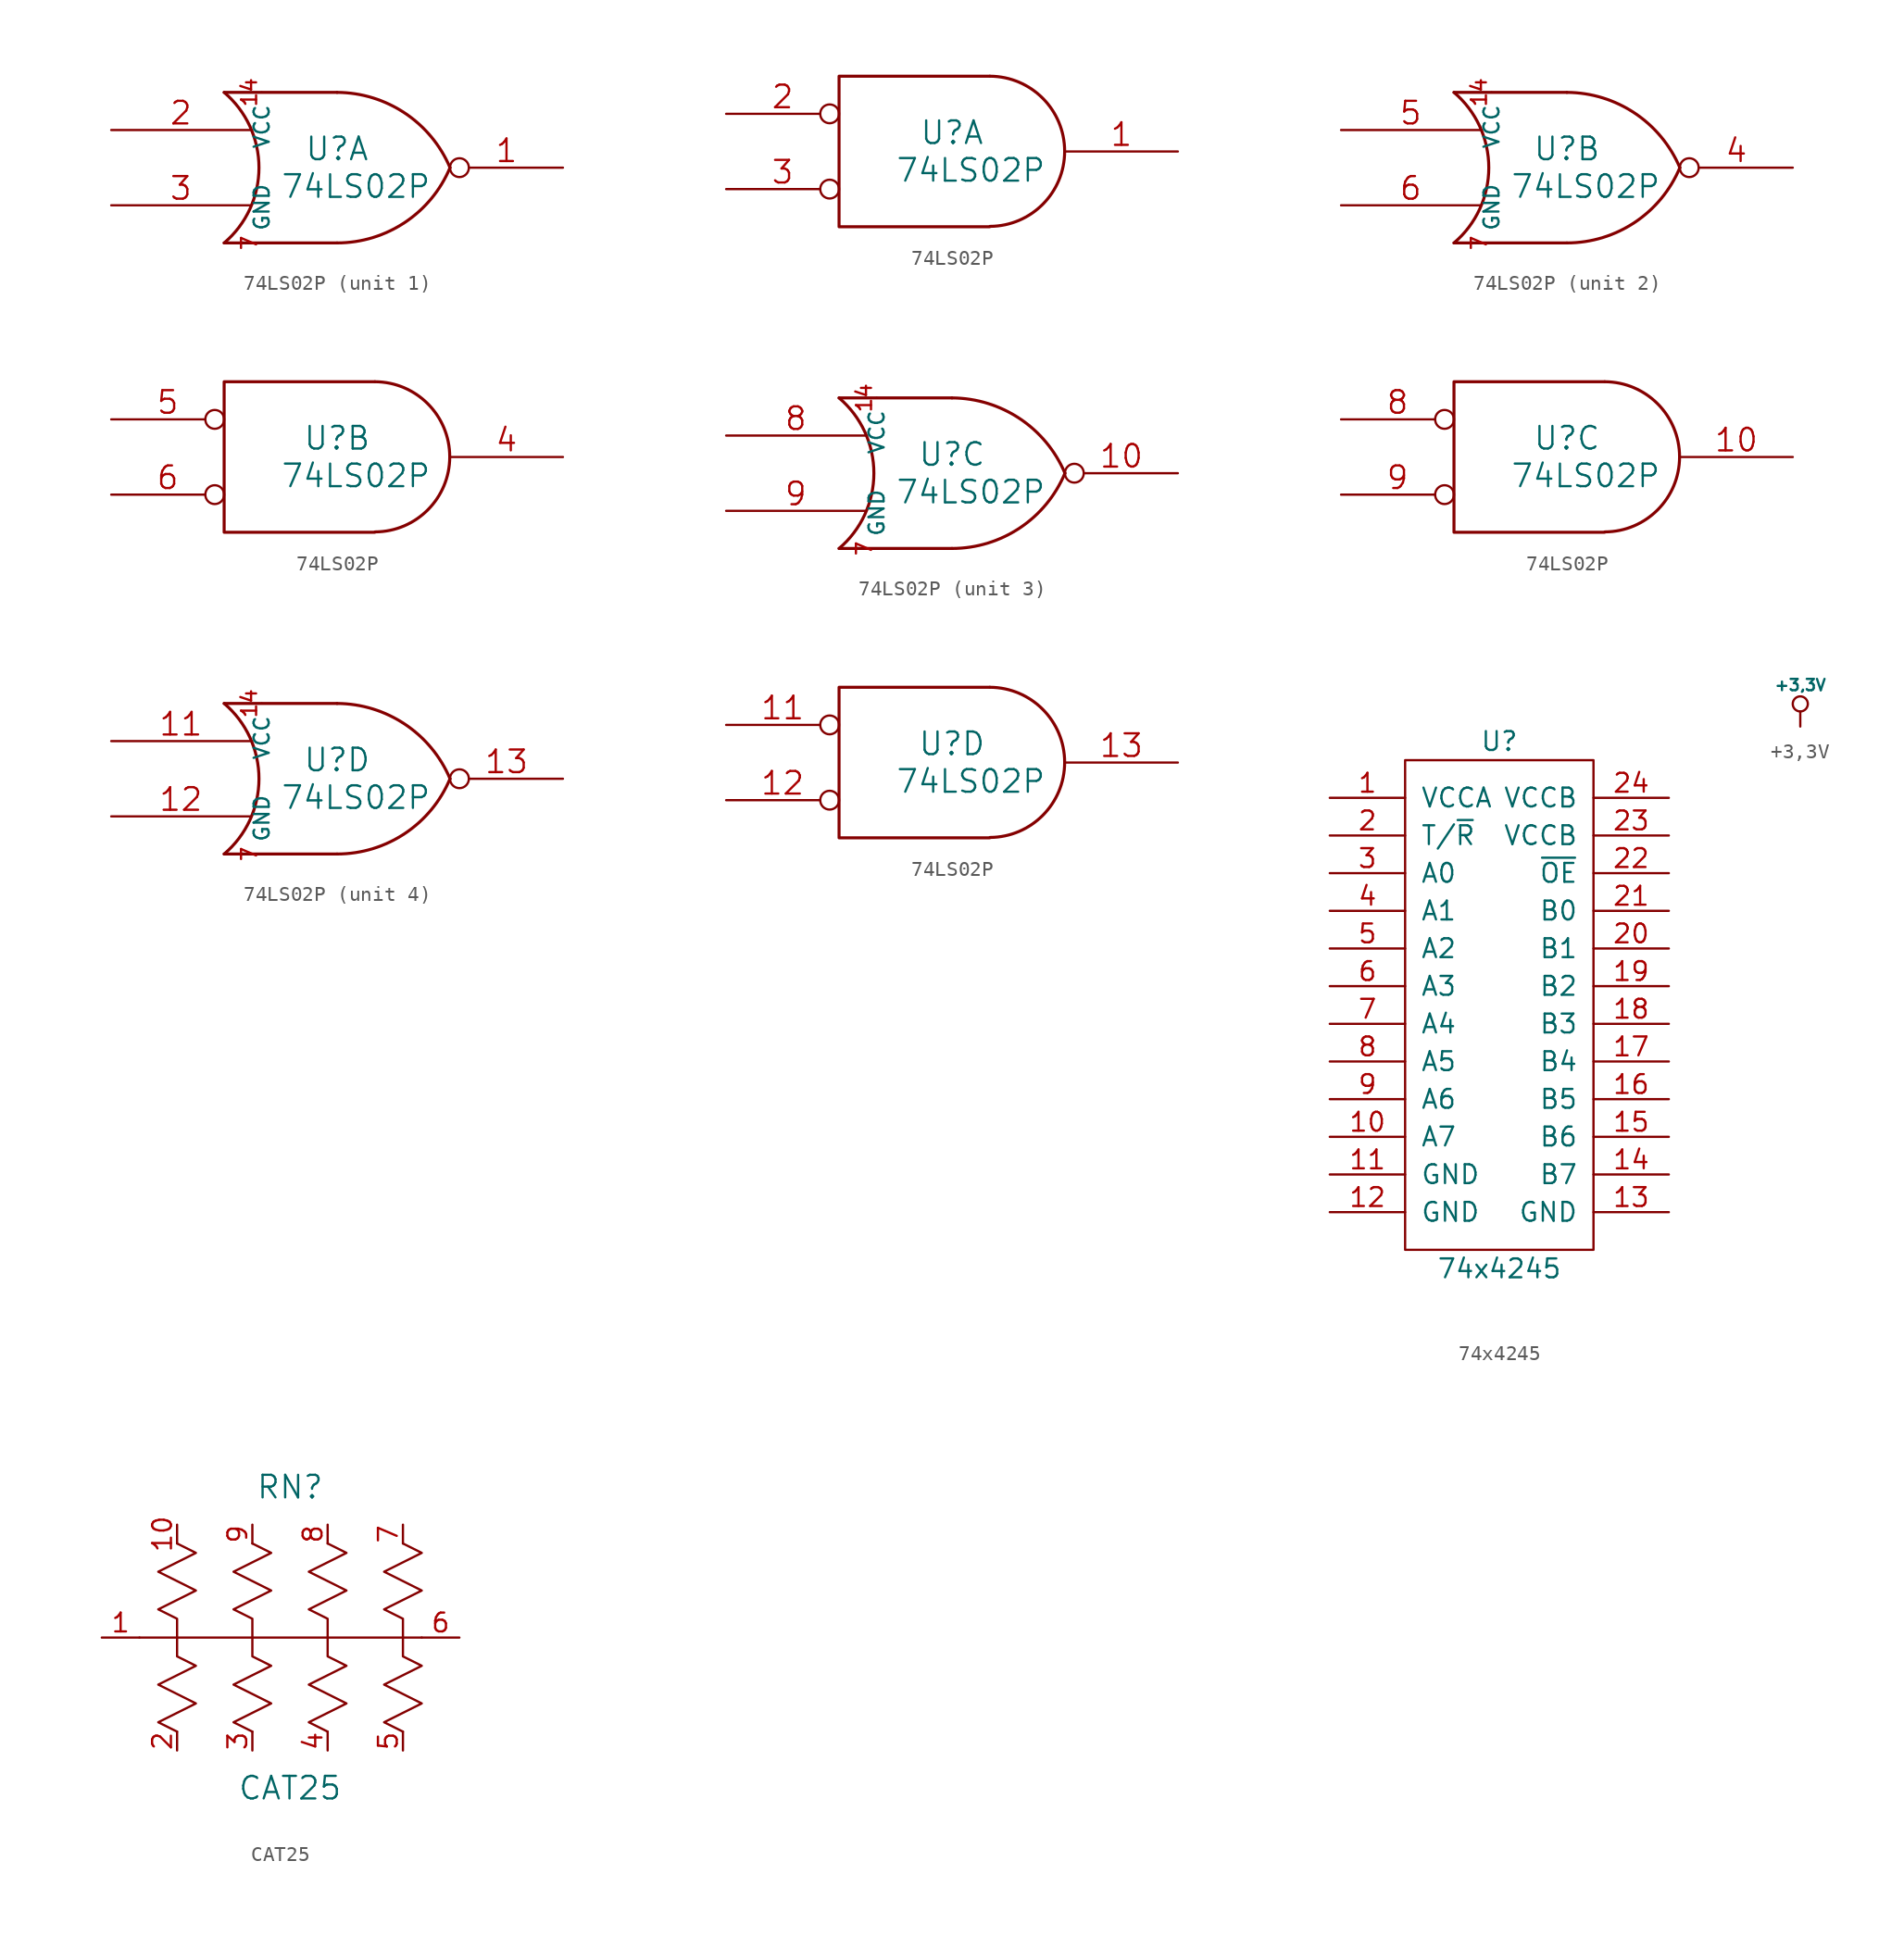
<source format=kicad_sym>
(kicad_symbol_lib
  (version 20220914)
  (generator kicad_symbol_editor)
  (symbol "74LS02P"
    (pin_names
      (offset 0.762))
    (property "Reference" "U"
      (at 0 1.27 0)
      (effects (font (size 1.524 1.524))))
    (property "Value" "74LS02P"
      (at 1.27 -1.27 0)
      (effects (font (size 1.524 1.524))))
    (property "Footprint" ""
      (at 0 0 0)
      (effects (font (size 1.524 1.524))))
    (property "Datasheet" ""
      (at 0 0 0)
      (effects (font (size 1.524 1.524))))
    (symbol "74LS02P_0_1"
      (arc (start -7.62 -5.08) (mid -5.2708 0) (end -7.62 5.08) (stroke (width 0.2032) (type solid)) (fill (type none)))
      (arc (start 0 -5.08) (mid 4.5812 -3.6906) (end 7.62 0) (stroke (width 0.2032) (type solid)) (fill (type none)))
      (polyline (pts (xy -7.62 -5.08) (xy 0 -5.08)) (stroke (width 0.203) (type solid)) (fill (type none)))
      (polyline (pts (xy -7.62 5.08) (xy 0 5.08)) (stroke (width 0.203) (type solid)) (fill (type none)))
      (arc (start 7.62 0) (mid 4.5727 3.6819) (end 0 5.08) (stroke (width 0.2032) (type solid)) (fill (type none)))
      (pin power_in line (at -5.08 5.08 270) (length 0) (name "VCC" (effects (font (size 1.016 1.016)))) (number "14" (effects (font (size 1.016 1.016)))))
      (pin power_in line (at -5.08 -5.08 90) (length 0) (name "GND" (effects (font (size 1.016 1.016)))) (number "7" (effects (font (size 1.016 1.016))))))
    (symbol "74LS02P_0_2"
      (polyline (pts (xy 2.54 5.08) (xy -7.62 5.08) (xy -7.62 -5.08) (xy 2.54 -5.08)) (stroke (width 0.203) (type solid)) (fill (type none)))
      (arc (start 2.5654 -5.0546) (mid 7.5947 0.0001) (end 2.5654 5.08) (stroke (width 0.2032) (type solid)) (fill (type none))))
    (symbol "74LS02P_1_1"
      (pin output inverted (at 15.24 0 180) (length 7.62) (name "~" (effects (font (size 1.524 1.524)))) (number "1" (effects (font (size 1.524 1.524)))))
      (pin input line (at -15.24 2.54 0) (length 9.398) (name "~" (effects (font (size 1.524 1.524)))) (number "2" (effects (font (size 1.524 1.524)))))
      (pin input line (at -15.24 -2.54 0) (length 9.398) (name "~" (effects (font (size 1.524 1.524)))) (number "3" (effects (font (size 1.524 1.524))))))
    (symbol "74LS02P_1_2"
      (pin output line (at 15.24 0 180) (length 7.62) (name "~" (effects (font (size 1.524 1.524)))) (number "1" (effects (font (size 1.524 1.524)))))
      (pin input inverted (at -15.24 2.54 0) (length 7.62) (name "~" (effects (font (size 1.524 1.524)))) (number "2" (effects (font (size 1.524 1.524)))))
      (pin input inverted (at -15.24 -2.54 0) (length 7.62) (name "~" (effects (font (size 1.524 1.524)))) (number "3" (effects (font (size 1.524 1.524))))))
    (symbol "74LS02P_2_1"
      (pin output inverted (at 15.24 0 180) (length 7.62) (name "~" (effects (font (size 1.524 1.524)))) (number "4" (effects (font (size 1.524 1.524)))))
      (pin input line (at -15.24 2.54 0) (length 9.398) (name "~" (effects (font (size 1.524 1.524)))) (number "5" (effects (font (size 1.524 1.524)))))
      (pin input line (at -15.24 -2.54 0) (length 9.398) (name "~" (effects (font (size 1.524 1.524)))) (number "6" (effects (font (size 1.524 1.524))))))
    (symbol "74LS02P_2_2"
      (pin output line (at 15.24 0 180) (length 7.62) (name "~" (effects (font (size 1.524 1.524)))) (number "4" (effects (font (size 1.524 1.524)))))
      (pin input inverted (at -15.24 2.54 0) (length 7.62) (name "~" (effects (font (size 1.524 1.524)))) (number "5" (effects (font (size 1.524 1.524)))))
      (pin input inverted (at -15.24 -2.54 0) (length 7.62) (name "~" (effects (font (size 1.524 1.524)))) (number "6" (effects (font (size 1.524 1.524))))))
    (symbol "74LS02P_3_1"
      (pin output inverted (at 15.24 0 180) (length 7.62) (name "~" (effects (font (size 1.524 1.524)))) (number "10" (effects (font (size 1.524 1.524)))))
      (pin input line (at -15.24 2.54 0) (length 9.398) (name "~" (effects (font (size 1.524 1.524)))) (number "8" (effects (font (size 1.524 1.524)))))
      (pin input line (at -15.24 -2.54 0) (length 9.398) (name "~" (effects (font (size 1.524 1.524)))) (number "9" (effects (font (size 1.524 1.524))))))
    (symbol "74LS02P_3_2"
      (pin output line (at 15.24 0 180) (length 7.62) (name "~" (effects (font (size 1.524 1.524)))) (number "10" (effects (font (size 1.524 1.524)))))
      (pin input inverted (at -15.24 2.54 0) (length 7.62) (name "~" (effects (font (size 1.524 1.524)))) (number "8" (effects (font (size 1.524 1.524)))))
      (pin input inverted (at -15.24 -2.54 0) (length 7.62) (name "~" (effects (font (size 1.524 1.524)))) (number "9" (effects (font (size 1.524 1.524))))))
    (symbol "74LS02P_4_1"
      (pin input line (at -15.24 2.54 0) (length 9.398) (name "~" (effects (font (size 1.524 1.524)))) (number "11" (effects (font (size 1.524 1.524)))))
      (pin input line (at -15.24 -2.54 0) (length 9.398) (name "~" (effects (font (size 1.524 1.524)))) (number "12" (effects (font (size 1.524 1.524)))))
      (pin output inverted (at 15.24 0 180) (length 7.62) (name "~" (effects (font (size 1.524 1.524)))) (number "13" (effects (font (size 1.524 1.524))))))
    (symbol "74LS02P_4_2"
      (pin input inverted (at -15.24 2.54 0) (length 7.62) (name "~" (effects (font (size 1.524 1.524)))) (number "11" (effects (font (size 1.524 1.524)))))
      (pin input inverted (at -15.24 -2.54 0) (length 7.62) (name "~" (effects (font (size 1.524 1.524)))) (number "12" (effects (font (size 1.524 1.524)))))
      (pin output line (at 15.24 0 180) (length 7.62) (name "~" (effects (font (size 1.524 1.524)))) (number "13" (effects (font (size 1.524 1.524)))))))
  (symbol "74x4245"
    (pin_names
      (offset 1.016))
    (property "Reference" "U"
      (at 0 17.78 0)
      (effects (font (size 1.27 1.27))))
    (property "Value" "74x4245"
      (at 0 -17.78 0)
      (effects (font (size 1.27 1.27))))
    (property "Footprint" ""
      (at 0 0 0)
      (effects (font (size 1.524 1.524))))
    (property "Datasheet" ""
      (at 0 0 0)
      (effects (font (size 1.524 1.524))))
    (symbol "74x4245_0_1"
      (rectangle (start -6.35 16.51) (end 6.35 -16.51) (stroke (width 0) (type solid)) (fill (type none))))
    (symbol "74x4245_1_1"
      (pin power_in line (at -11.43 13.97 0) (length 5.08) (name "VCCA" (effects (font (size 1.27 1.27)))) (number "1" (effects (font (size 1.27 1.27)))))
      (pin bidirectional line (at -11.43 -8.89 0) (length 5.08) (name "A7" (effects (font (size 1.27 1.27)))) (number "10" (effects (font (size 1.27 1.27)))))
      (pin power_in line (at -11.43 -11.43 0) (length 5.08) (name "GND" (effects (font (size 1.27 1.27)))) (number "11" (effects (font (size 1.27 1.27)))))
      (pin power_in line (at -11.43 -13.97 0) (length 5.08) (name "GND" (effects (font (size 1.27 1.27)))) (number "12" (effects (font (size 1.27 1.27)))))
      (pin power_in line (at 11.43 -13.97 180) (length 5.08) (name "GND" (effects (font (size 1.27 1.27)))) (number "13" (effects (font (size 1.27 1.27)))))
      (pin bidirectional line (at 11.43 -11.43 180) (length 5.08) (name "B7" (effects (font (size 1.27 1.27)))) (number "14" (effects (font (size 1.27 1.27)))))
      (pin bidirectional line (at 11.43 -8.89 180) (length 5.08) (name "B6" (effects (font (size 1.27 1.27)))) (number "15" (effects (font (size 1.27 1.27)))))
      (pin bidirectional line (at 11.43 -6.35 180) (length 5.08) (name "B5" (effects (font (size 1.27 1.27)))) (number "16" (effects (font (size 1.27 1.27)))))
      (pin bidirectional line (at 11.43 -3.81 180) (length 5.08) (name "B4" (effects (font (size 1.27 1.27)))) (number "17" (effects (font (size 1.27 1.27)))))
      (pin bidirectional line (at 11.43 -1.27 180) (length 5.08) (name "B3" (effects (font (size 1.27 1.27)))) (number "18" (effects (font (size 1.27 1.27)))))
      (pin bidirectional line (at 11.43 1.27 180) (length 5.08) (name "B2" (effects (font (size 1.27 1.27)))) (number "19" (effects (font (size 1.27 1.27)))))
      (pin input line (at -11.43 11.43 0) (length 5.08) (name "T/~{R}" (effects (font (size 1.27 1.27)))) (number "2" (effects (font (size 1.27 1.27)))))
      (pin bidirectional line (at 11.43 3.81 180) (length 5.08) (name "B1" (effects (font (size 1.27 1.27)))) (number "20" (effects (font (size 1.27 1.27)))))
      (pin bidirectional line (at 11.43 6.35 180) (length 5.08) (name "B0" (effects (font (size 1.27 1.27)))) (number "21" (effects (font (size 1.27 1.27)))))
      (pin input line (at 11.43 8.89 180) (length 5.08) (name "~{OE}" (effects (font (size 1.27 1.27)))) (number "22" (effects (font (size 1.27 1.27)))))
      (pin power_in line (at 11.43 11.43 180) (length 5.08) (name "VCCB" (effects (font (size 1.27 1.27)))) (number "23" (effects (font (size 1.27 1.27)))))
      (pin power_in line (at 11.43 13.97 180) (length 5.08) (name "VCCB" (effects (font (size 1.27 1.27)))) (number "24" (effects (font (size 1.27 1.27)))))
      (pin bidirectional line (at -11.43 8.89 0) (length 5.08) (name "A0" (effects (font (size 1.27 1.27)))) (number "3" (effects (font (size 1.27 1.27)))))
      (pin bidirectional line (at -11.43 6.35 0) (length 5.08) (name "A1" (effects (font (size 1.27 1.27)))) (number "4" (effects (font (size 1.27 1.27)))))
      (pin bidirectional line (at -11.43 3.81 0) (length 5.08) (name "A2" (effects (font (size 1.27 1.27)))) (number "5" (effects (font (size 1.27 1.27)))))
      (pin bidirectional line (at -11.43 1.27 0) (length 5.08) (name "A3" (effects (font (size 1.27 1.27)))) (number "6" (effects (font (size 1.27 1.27)))))
      (pin bidirectional line (at -11.43 -1.27 0) (length 5.08) (name "A4" (effects (font (size 1.27 1.27)))) (number "7" (effects (font (size 1.27 1.27)))))
      (pin bidirectional line (at -11.43 -3.81 0) (length 5.08) (name "A5" (effects (font (size 1.27 1.27)))) (number "8" (effects (font (size 1.27 1.27)))))
      (pin bidirectional line (at -11.43 -6.35 0) (length 5.08) (name "A6" (effects (font (size 1.27 1.27)))) (number "9" (effects (font (size 1.27 1.27)))))))
  (symbol "+3,3V"
    (power)
    (pin_names
      (offset 0))
    (property "Reference" "#PWR"
      (at 0 -1.016 0)
      (effects (font (size 0.762 0.762)) hide))
    (property "Value" "+3,3V"
      (at 0 2.794 0)
      (effects (font (size 0.762 0.762))))
    (property "Footprint" ""
      (at 0 0 0)
      (effects (font (size 1.524 1.524))))
    (property "Datasheet" ""
      (at 0 0 0)
      (effects (font (size 1.524 1.524))))
    (symbol "+3,3V_0_0"
      (pin power_in line (at 0 0 90) (length 0) hide (name "+3.3V" (effects (font (size 0.762 0.762)))) (number "1" (effects (font (size 0.762 0.762))))))
    (symbol "+3,3V_0_1"
      (polyline (pts (xy 0 0) (xy 0 1.016) (xy 0 1.016)) (stroke (width 0) (type solid)) (fill (type none)))
      (circle (center 0 1.524) (radius 0.508) (stroke (width 0) (type solid)) (fill (type none)))))
  (symbol "CAT25"
    (pin_names
      (offset 1.016))
    (property "Reference" "RN"
      (at 0 10.16 0)
      (effects (font (size 1.524 1.524))))
    (property "Value" "CAT25"
      (at 0 -10.16 0)
      (effects (font (size 1.524 1.524))))
    (property "Footprint" ""
      (at -5.08 -7.62 0)
      (effects (font (size 1.524 1.524))))
    (property "Datasheet" ""
      (at -5.08 -7.62 0)
      (effects (font (size 1.524 1.524))))
    (symbol "CAT25_0_1"
      (polyline (pts (xy -10.16 0) (xy 8.89 0)) (stroke (width 0) (type solid)) (fill (type none)))
      (polyline (pts (xy -7.62 -6.35) (xy -8.89 -5.715) (xy -6.35 -4.445) (xy -8.89 -3.175) (xy -6.35 -1.905) (xy -7.62 -1.27) (xy -7.62 0)) (stroke (width 0) (type solid)) (fill (type none)))
      (polyline (pts (xy -7.62 0) (xy -7.62 1.27) (xy -8.89 1.905) (xy -6.35 3.175) (xy -8.89 4.445) (xy -6.35 5.715) (xy -7.62 6.35)) (stroke (width 0) (type solid)) (fill (type none)))
      (polyline (pts (xy -2.54 -6.35) (xy -3.81 -5.715) (xy -1.27 -4.445) (xy -3.81 -3.175) (xy -1.27 -1.905) (xy -2.54 -1.27) (xy -2.54 0)) (stroke (width 0) (type solid)) (fill (type none)))
      (polyline (pts (xy -2.54 0) (xy -2.54 1.27) (xy -3.81 1.905) (xy -1.27 3.175) (xy -3.81 4.445) (xy -1.27 5.715) (xy -2.54 6.35)) (stroke (width 0) (type solid)) (fill (type none)))
      (polyline (pts (xy 2.54 -6.35) (xy 1.27 -5.715) (xy 3.81 -4.445) (xy 1.27 -3.175) (xy 3.81 -1.905) (xy 2.54 -1.27) (xy 2.54 0)) (stroke (width 0) (type solid)) (fill (type none)))
      (polyline (pts (xy 2.54 0) (xy 2.54 1.27) (xy 1.27 1.905) (xy 3.81 3.175) (xy 1.27 4.445) (xy 3.81 5.715) (xy 2.54 6.35)) (stroke (width 0) (type solid)) (fill (type none)))
      (polyline (pts (xy 7.62 -6.35) (xy 6.35 -5.715) (xy 8.89 -4.445) (xy 6.35 -3.175) (xy 8.89 -1.905) (xy 7.62 -1.27) (xy 7.62 0)) (stroke (width 0) (type solid)) (fill (type none)))
      (polyline (pts (xy 7.62 0) (xy 7.62 1.27) (xy 6.35 1.905) (xy 8.89 3.175) (xy 6.35 4.445) (xy 8.89 5.715) (xy 7.62 6.35)) (stroke (width 0) (type solid)) (fill (type none))))
    (symbol "CAT25_1_1"
      (pin passive line (at -12.7 0 0) (length 2.54) (name "~" (effects (font (size 1.27 1.27)))) (number "1" (effects (font (size 1.27 1.27)))))
      (pin passive line (at -7.62 7.62 270) (length 1.27) (name "~" (effects (font (size 1.27 1.27)))) (number "10" (effects (font (size 1.27 1.27)))))
      (pin passive line (at -7.62 -7.62 90) (length 1.27) (name "~" (effects (font (size 1.27 1.27)))) (number "2" (effects (font (size 1.27 1.27)))))
      (pin passive line (at -2.54 -7.62 90) (length 1.27) (name "~" (effects (font (size 1.27 1.27)))) (number "3" (effects (font (size 1.27 1.27)))))
      (pin passive line (at 2.54 -7.62 90) (length 1.27) (name "~" (effects (font (size 1.27 1.27)))) (number "4" (effects (font (size 1.27 1.27)))))
      (pin passive line (at 7.62 -7.62 90) (length 1.27) (name "~" (effects (font (size 1.27 1.27)))) (number "5" (effects (font (size 1.27 1.27)))))
      (pin passive line (at 11.43 0 180) (length 2.54) (name "~" (effects (font (size 1.27 1.27)))) (number "6" (effects (font (size 1.27 1.27)))))
      (pin passive line (at 7.62 7.62 270) (length 1.27) (name "~" (effects (font (size 1.27 1.27)))) (number "7" (effects (font (size 1.27 1.27)))))
      (pin passive line (at 2.54 7.62 270) (length 1.27) (name "~" (effects (font (size 1.27 1.27)))) (number "8" (effects (font (size 1.27 1.27)))))
      (pin passive line (at -2.54 7.62 270) (length 1.27) (name "~" (effects (font (size 1.27 1.27)))) (number "9" (effects (font (size 1.27 1.27))))))))
</source>
